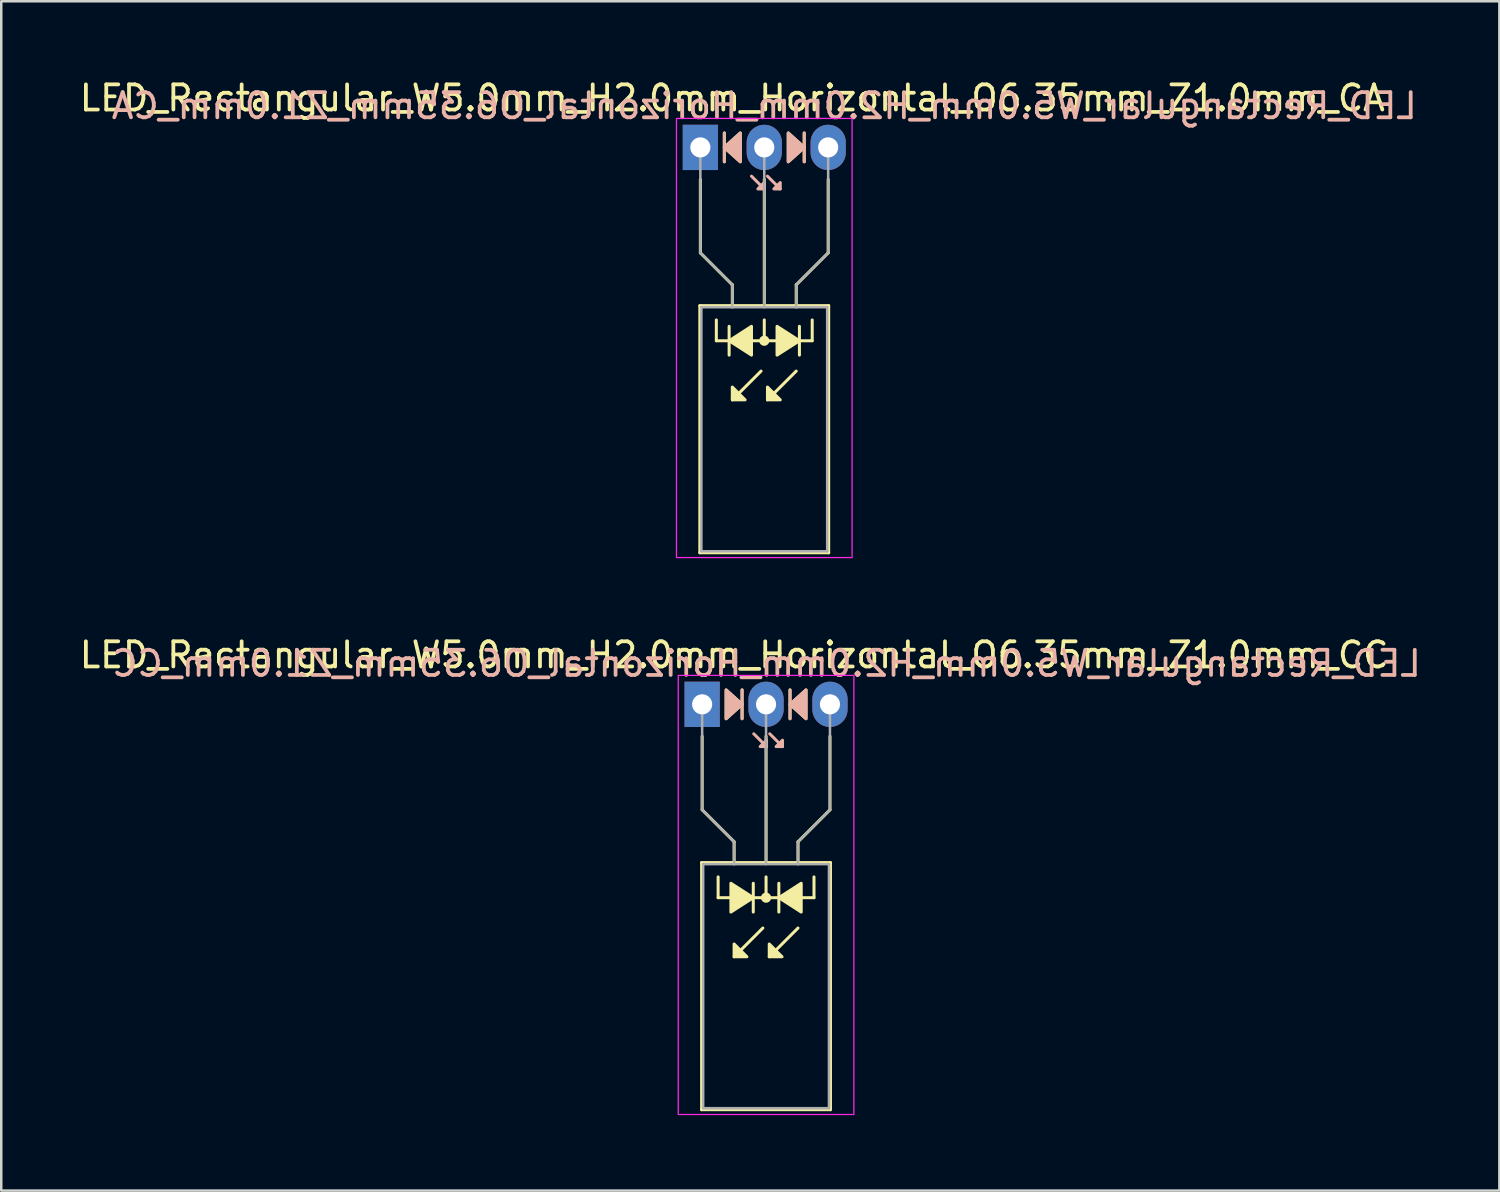
<source format=kicad_pcb>
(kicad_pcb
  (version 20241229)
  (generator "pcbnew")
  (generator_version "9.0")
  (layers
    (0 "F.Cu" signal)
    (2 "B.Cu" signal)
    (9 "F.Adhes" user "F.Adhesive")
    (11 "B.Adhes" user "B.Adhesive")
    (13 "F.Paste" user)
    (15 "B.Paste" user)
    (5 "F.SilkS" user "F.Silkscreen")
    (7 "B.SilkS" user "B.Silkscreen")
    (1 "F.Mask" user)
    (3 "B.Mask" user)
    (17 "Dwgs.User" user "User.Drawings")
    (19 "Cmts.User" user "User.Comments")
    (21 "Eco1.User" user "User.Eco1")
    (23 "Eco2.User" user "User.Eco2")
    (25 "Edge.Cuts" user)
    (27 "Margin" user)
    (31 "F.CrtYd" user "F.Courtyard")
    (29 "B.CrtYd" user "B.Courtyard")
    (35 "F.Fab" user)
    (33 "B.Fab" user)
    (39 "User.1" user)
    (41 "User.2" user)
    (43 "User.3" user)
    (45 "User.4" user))
  (footprint "LED_Rectangular_W5.0mm_H2.0mm_Horizontal_O6.35mm_Z1.0mm_CC"
    (layer "F.Cu")
    (at 24.855 24.942)
    (property "Reference" "LED_Rectangular_W5.0mm_H2.0mm_Horizontal_O6.35mm_Z1.0mm_CC" (at 1.27 -1.96 0) (layer "F.SilkS") (effects (font (size 1 1) (thickness 0.15))))
    (fp_line (start -0.02 6.29) (end -0.02 16.11) (stroke (width 0.12) (type solid)) (layer "F.SilkS"))
    (fp_line (start -0.02 16.11) (end 5.1 16.11) (stroke (width 0.12) (type solid)) (layer "F.SilkS"))
    (fp_line (start 0 1.27) (end 0 4.191) (stroke (width 0.12) (type default)) (layer "F.SilkS"))
    (fp_line (start 0 4.191) (end 1.27 5.461) (stroke (width 0.12) (type default)) (layer "F.SilkS"))
    (fp_line (start 0.635 7.684) (end 0.635 6.858) (stroke (width 0.12) (type default)) (layer "F.SilkS"))
    (fp_line (start 0.635 7.684) (end 4.445 7.684) (stroke (width 0.12) (type default)) (layer "F.SilkS"))
    (fp_line (start 1.27 5.461) (end 1.27 6.29) (stroke (width 0.12) (type default)) (layer "F.SilkS"))
    (fp_line (start 1.27 6.29) (end 1.27 6.29) (stroke (width 0.12) (type solid)) (layer "F.SilkS"))
    (fp_line (start 1.587 0.572) (end 1.587 -0.572) (stroke (width 0.12) (type solid)) (layer "F.SilkS"))
    (fp_line (start 2.032 8.255) (end 2.032 7.112) (stroke (width 0.12) (type solid)) (layer "F.SilkS"))
    (fp_line (start 2.413 8.89) (end 1.27 10.033) (stroke (width 0.12) (type solid)) (layer "F.SilkS"))
    (fp_line (start 2.54 6.29) (end 2.54 1.27) (stroke (width 0.12) (type default)) (layer "F.SilkS"))
    (fp_line (start 2.54 7.684) (end 2.54 6.858) (stroke (width 0.12) (type default)) (layer "F.SilkS"))
    (fp_line (start 3.048 7.112) (end 3.048 8.255) (stroke (width 0.12) (type solid)) (layer "F.SilkS"))
    (fp_line (start 3.493 -0.572) (end 3.493 0.572) (stroke (width 0.12) (type solid)) (layer "F.SilkS"))
    (fp_line (start 3.81 5.461) (end 3.81 6.29) (stroke (width 0.12) (type default)) (layer "F.SilkS"))
    (fp_line (start 3.81 6.29) (end 3.81 6.29) (stroke (width 0.12) (type solid)) (layer "F.SilkS"))
    (fp_line (start 3.81 8.89) (end 2.667 10.033) (stroke (width 0.12) (type solid)) (layer "F.SilkS"))
    (fp_line (start 4.445 7.684) (end 4.445 6.858) (stroke (width 0.12) (type default)) (layer "F.SilkS"))
    (fp_line (start 5.08 1.27) (end 5.08 4.191) (stroke (width 0.12) (type default)) (layer "F.SilkS"))
    (fp_line (start 5.08 4.191) (end 3.81 5.461) (stroke (width 0.12) (type default)) (layer "F.SilkS"))
    (fp_line (start 5.1 6.29) (end -0.02 6.29) (stroke (width 0.12) (type solid)) (layer "F.SilkS"))
    (fp_line (start 5.1 16.11) (end 5.1 6.29) (stroke (width 0.12) (type solid)) (layer "F.SilkS"))
    (fp_circle (center 2.54 7.684) (end 2.682 7.684) (stroke (width 0.12) (type solid)) (fill yes) (layer "F.SilkS"))
    (fp_poly (pts (xy 0.953 -0.572) (xy 1.587 0) (xy 0.953 0.572)) (stroke (width 0.12) (type solid)) (fill yes) (layer "F.SilkS"))
    (fp_poly (pts (xy 1.143 7.112) (xy 2.032 7.684) (xy 1.143 8.255)) (stroke (width 0.12) (type solid)) (fill yes) (layer "F.SilkS"))
    (fp_poly (pts (xy 1.27 9.525) (xy 1.778 10.033) (xy 1.27 10.033)) (stroke (width 0.12) (type solid)) (fill yes) (layer "F.SilkS"))
    (fp_poly (pts (xy 2.667 9.525) (xy 3.175 10.033) (xy 2.667 10.033)) (stroke (width 0.12) (type solid)) (fill yes) (layer "F.SilkS"))
    (fp_poly (pts (xy 3.937 8.255) (xy 3.048 7.684) (xy 3.937 7.112)) (stroke (width 0.12) (type solid)) (fill yes) (layer "F.SilkS"))
    (fp_poly (pts (xy 4.128 0.572) (xy 3.493 0) (xy 4.128 -0.572)) (stroke (width 0.12) (type solid)) (fill yes) (layer "F.SilkS"))
    (fp_line (start 1.587 0.572) (end 1.587 -0.572) (stroke (width 0.12) (type solid)) (layer "B.SilkS"))
    (fp_line (start 2.559 1.679) (end 2.051 1.171) (stroke (width 0.12) (type solid)) (layer "B.SilkS"))
    (fp_line (start 3.194 1.679) (end 2.686 1.171) (stroke (width 0.12) (type solid)) (layer "B.SilkS"))
    (fp_line (start 3.493 -0.572) (end 3.493 0.572) (stroke (width 0.12) (type solid)) (layer "B.SilkS"))
    (fp_poly (pts (xy 0.953 0.572) (xy 1.587 0) (xy 0.953 -0.572)) (stroke (width 0.12) (type solid)) (fill yes) (layer "B.SilkS"))
    (fp_poly (pts (xy 2.559 1.425) (xy 2.305 1.679) (xy 2.559 1.679)) (stroke (width 0.12) (type solid)) (fill yes) (layer "B.SilkS"))
    (fp_poly (pts (xy 3.194 1.425) (xy 2.94 1.679) (xy 3.194 1.679)) (stroke (width 0.12) (type solid)) (fill yes) (layer "B.SilkS"))
    (fp_poly (pts (xy 4.128 0.572) (xy 3.493 0) (xy 4.128 -0.572)) (stroke (width 0.12) (type solid)) (fill yes) (layer "B.SilkS"))
    (fp_rect (start -0.95 -1.15) (end 6.03 16.3) (stroke (width 0.05) (type default)) (fill no) (layer "F.CrtYd"))
    (fp_line (start 0 0) (end 0 0) (stroke (width 0.1) (type solid)) (layer "F.Fab"))
    (fp_line (start 0 4.191) (end 0 0) (stroke (width 0.1) (type default)) (layer "F.Fab"))
    (fp_line (start 0.04 6.35) (end 0.04 16.05) (stroke (width 0.1) (type solid)) (layer "F.Fab"))
    (fp_line (start 0.04 16.05) (end 5.04 16.05) (stroke (width 0.1) (type solid)) (layer "F.Fab"))
    (fp_line (start 1.27 5.461) (end 0 4.191) (stroke (width 0.1) (type default)) (layer "F.Fab"))
    (fp_line (start 1.27 5.461) (end 1.27 6.35) (stroke (width 0.1) (type default)) (layer "F.Fab"))
    (fp_line (start 1.27 6.35) (end 1.27 6.35) (stroke (width 0.1) (type solid)) (layer "F.Fab"))
    (fp_line (start 2.54 0) (end 2.54 0) (stroke (width 0.1) (type solid)) (layer "F.Fab"))
    (fp_line (start 2.54 0) (end 2.54 6.35) (stroke (width 0.1) (type default)) (layer "F.Fab"))
    (fp_line (start 3.81 5.461) (end 3.81 6.35) (stroke (width 0.1) (type default)) (layer "F.Fab"))
    (fp_line (start 3.81 5.461) (end 5.08 4.191) (stroke (width 0.1) (type default)) (layer "F.Fab"))
    (fp_line (start 3.81 6.35) (end 3.81 6.35) (stroke (width 0.1) (type solid)) (layer "F.Fab"))
    (fp_line (start 5.04 6.35) (end 0.04 6.35) (stroke (width 0.1) (type solid)) (layer "F.Fab"))
    (fp_line (start 5.04 16.05) (end 5.04 6.35) (stroke (width 0.1) (type solid)) (layer "F.Fab"))
    (fp_line (start 5.08 4.191) (end 5.08 0) (stroke (width 0.1) (type default)) (layer "F.Fab"))
    (fp_text user "${REFERENCE}" (at 2.559 -1.623 0) (layer "B.SilkS") (effects (font (size 1 1) (thickness 0.15)) (justify mirror)))
    (pad "1" thru_hole rect (at 0 0) (size 1.4 1.8) (drill 0.8) (layers "*.Cu" "*.Mask"))
    (pad "2" thru_hole oval (at 2.54 0) (size 1.4 1.8) (drill 0.8) (layers "*.Cu" "*.Mask"))
    (pad "3" thru_hole oval (at 5.08 0) (size 1.4 1.8) (drill 0.8) (layers "*.Cu" "*.Mask")))
  (footprint "LED_Rectangular_W5.0mm_H2.0mm_Horizontal_O6.35mm_Z1.0mm_CA"
    (layer "F.Cu")
    (at 24.784 2.808)
    (property "Reference" "LED_Rectangular_W5.0mm_H2.0mm_Horizontal_O6.35mm_Z1.0mm_CA" (at 1.27 -1.96 0) (layer "F.SilkS") (effects (font (size 1 1) (thickness 0.15))))
    (fp_line (start -0.02 6.29) (end -0.02 16.11) (stroke (width 0.12) (type solid)) (layer "F.SilkS"))
    (fp_line (start -0.02 16.11) (end 5.1 16.11) (stroke (width 0.12) (type solid)) (layer "F.SilkS"))
    (fp_line (start 0 1.27) (end 0 4.191) (stroke (width 0.12) (type default)) (layer "F.SilkS"))
    (fp_line (start 0 4.191) (end 1.27 5.461) (stroke (width 0.12) (type default)) (layer "F.SilkS"))
    (fp_line (start 0.635 7.684) (end 0.635 6.858) (stroke (width 0.12) (type default)) (layer "F.SilkS"))
    (fp_line (start 0.635 7.684) (end 4.445 7.684) (stroke (width 0.12) (type default)) (layer "F.SilkS"))
    (fp_line (start 0.953 -0.572) (end 0.953 0.572) (stroke (width 0.12) (type solid)) (layer "F.SilkS"))
    (fp_line (start 1.143 7.112) (end 1.143 8.255) (stroke (width 0.12) (type solid)) (layer "F.SilkS"))
    (fp_line (start 1.27 5.461) (end 1.27 6.29) (stroke (width 0.12) (type default)) (layer "F.SilkS"))
    (fp_line (start 1.27 6.29) (end 1.27 6.29) (stroke (width 0.12) (type solid)) (layer "F.SilkS"))
    (fp_line (start 2.413 8.89) (end 1.27 10.033) (stroke (width 0.12) (type solid)) (layer "F.SilkS"))
    (fp_line (start 2.54 6.29) (end 2.54 1.27) (stroke (width 0.12) (type default)) (layer "F.SilkS"))
    (fp_line (start 2.54 7.684) (end 2.54 6.858) (stroke (width 0.12) (type default)) (layer "F.SilkS"))
    (fp_line (start 3.81 5.461) (end 3.81 6.29) (stroke (width 0.12) (type default)) (layer "F.SilkS"))
    (fp_line (start 3.81 6.29) (end 3.81 6.29) (stroke (width 0.12) (type solid)) (layer "F.SilkS"))
    (fp_line (start 3.81 8.89) (end 2.667 10.033) (stroke (width 0.12) (type solid)) (layer "F.SilkS"))
    (fp_line (start 3.937 8.255) (end 3.937 7.112) (stroke (width 0.12) (type solid)) (layer "F.SilkS"))
    (fp_line (start 4.128 0.572) (end 4.128 -0.572) (stroke (width 0.12) (type solid)) (layer "F.SilkS"))
    (fp_line (start 4.445 7.684) (end 4.445 6.858) (stroke (width 0.12) (type default)) (layer "F.SilkS"))
    (fp_line (start 5.08 1.27) (end 5.08 4.191) (stroke (width 0.12) (type default)) (layer "F.SilkS"))
    (fp_line (start 5.08 4.191) (end 3.81 5.461) (stroke (width 0.12) (type default)) (layer "F.SilkS"))
    (fp_line (start 5.1 6.29) (end -0.02 6.29) (stroke (width 0.12) (type solid)) (layer "F.SilkS"))
    (fp_line (start 5.1 16.11) (end 5.1 6.29) (stroke (width 0.12) (type solid)) (layer "F.SilkS"))
    (fp_circle (center 2.54 7.684) (end 2.682 7.684) (stroke (width 0.12) (type solid)) (fill yes) (layer "F.SilkS"))
    (fp_poly (pts (xy 1.27 9.525) (xy 1.778 10.033) (xy 1.27 10.033)) (stroke (width 0.12) (type solid)) (fill yes) (layer "F.SilkS"))
    (fp_poly (pts (xy 1.587 0.572) (xy 0.953 0) (xy 1.587 -0.572)) (stroke (width 0.12) (type solid)) (fill yes) (layer "F.SilkS"))
    (fp_poly (pts (xy 2.032 8.255) (xy 1.143 7.684) (xy 2.032 7.112)) (stroke (width 0.12) (type solid)) (fill yes) (layer "F.SilkS"))
    (fp_poly (pts (xy 2.667 9.525) (xy 3.175 10.033) (xy 2.667 10.033)) (stroke (width 0.12) (type solid)) (fill yes) (layer "F.SilkS"))
    (fp_poly (pts (xy 3.048 7.112) (xy 3.937 7.684) (xy 3.048 8.255)) (stroke (width 0.12) (type solid)) (fill yes) (layer "F.SilkS"))
    (fp_poly (pts (xy 3.493 -0.572) (xy 4.128 0) (xy 3.493 0.572)) (stroke (width 0.12) (type solid)) (fill yes) (layer "F.SilkS"))
    (fp_line (start 0.953 -0.572) (end 0.953 0.572) (stroke (width 0.12) (type solid)) (layer "B.SilkS"))
    (fp_line (start 2.54 1.651) (end 2.032 1.143) (stroke (width 0.12) (type solid)) (layer "B.SilkS"))
    (fp_line (start 3.175 1.651) (end 2.667 1.143) (stroke (width 0.12) (type solid)) (layer "B.SilkS"))
    (fp_line (start 4.128 0.572) (end 4.128 -0.572) (stroke (width 0.12) (type solid)) (layer "B.SilkS"))
    (fp_poly (pts (xy 1.587 0.572) (xy 0.953 0) (xy 1.587 -0.572)) (stroke (width 0.12) (type solid)) (fill yes) (layer "B.SilkS"))
    (fp_poly (pts (xy 2.54 1.397) (xy 2.286 1.651) (xy 2.54 1.651)) (stroke (width 0.12) (type solid)) (fill yes) (layer "B.SilkS"))
    (fp_poly (pts (xy 3.175 1.397) (xy 2.921 1.651) (xy 3.175 1.651)) (stroke (width 0.12) (type solid)) (fill yes) (layer "B.SilkS"))
    (fp_poly (pts (xy 3.493 0.572) (xy 4.128 0) (xy 3.493 -0.572)) (stroke (width 0.12) (type solid)) (fill yes) (layer "B.SilkS"))
    (fp_rect (start -0.95 -1.15) (end 6.03 16.3) (stroke (width 0.05) (type default)) (fill no) (layer "F.CrtYd"))
    (fp_line (start 0 0) (end 0 0) (stroke (width 0.1) (type solid)) (layer "F.Fab"))
    (fp_line (start 0 4.191) (end 0 0) (stroke (width 0.1) (type default)) (layer "F.Fab"))
    (fp_line (start 0.04 6.35) (end 0.04 16.05) (stroke (width 0.1) (type solid)) (layer "F.Fab"))
    (fp_line (start 0.04 16.05) (end 5.04 16.05) (stroke (width 0.1) (type solid)) (layer "F.Fab"))
    (fp_line (start 1.27 5.461) (end 0 4.191) (stroke (width 0.1) (type default)) (layer "F.Fab"))
    (fp_line (start 1.27 5.461) (end 1.27 6.35) (stroke (width 0.1) (type default)) (layer "F.Fab"))
    (fp_line (start 1.27 6.35) (end 1.27 6.35) (stroke (width 0.1) (type solid)) (layer "F.Fab"))
    (fp_line (start 2.54 0) (end 2.54 0) (stroke (width 0.1) (type solid)) (layer "F.Fab"))
    (fp_line (start 2.54 0) (end 2.54 6.35) (stroke (width 0.1) (type default)) (layer "F.Fab"))
    (fp_line (start 3.81 5.461) (end 3.81 6.35) (stroke (width 0.1) (type default)) (layer "F.Fab"))
    (fp_line (start 3.81 5.461) (end 5.08 4.191) (stroke (width 0.1) (type default)) (layer "F.Fab"))
    (fp_line (start 3.81 6.35) (end 3.81 6.35) (stroke (width 0.1) (type solid)) (layer "F.Fab"))
    (fp_line (start 5.04 6.35) (end 0.04 6.35) (stroke (width 0.1) (type solid)) (layer "F.Fab"))
    (fp_line (start 5.04 16.05) (end 5.04 6.35) (stroke (width 0.1) (type solid)) (layer "F.Fab"))
    (fp_line (start 5.08 4.191) (end 5.08 0) (stroke (width 0.1) (type default)) (layer "F.Fab"))
    (fp_text user "${REFERENCE}" (at 2.54 -1.651 0) (layer "B.SilkS") (effects (font (size 1 1) (thickness 0.15)) (justify mirror)))
    (pad "1" thru_hole rect (at 0 0) (size 1.4 1.8) (drill 0.8) (layers "*.Cu" "*.Mask"))
    (pad "2" thru_hole oval (at 2.54 0) (size 1.4 1.8) (drill 0.8) (layers "*.Cu" "*.Mask"))
    (pad "3" thru_hole oval (at 5.08 0) (size 1.4 1.8) (drill 0.8) (layers "*.Cu" "*.Mask")))
  (gr_rect
    (start -3 -3)
    (end 56.539 44.267)
    (stroke (width 0.1) (type default))
    (fill no)
    (layer "Edge.Cuts")))
</source>
